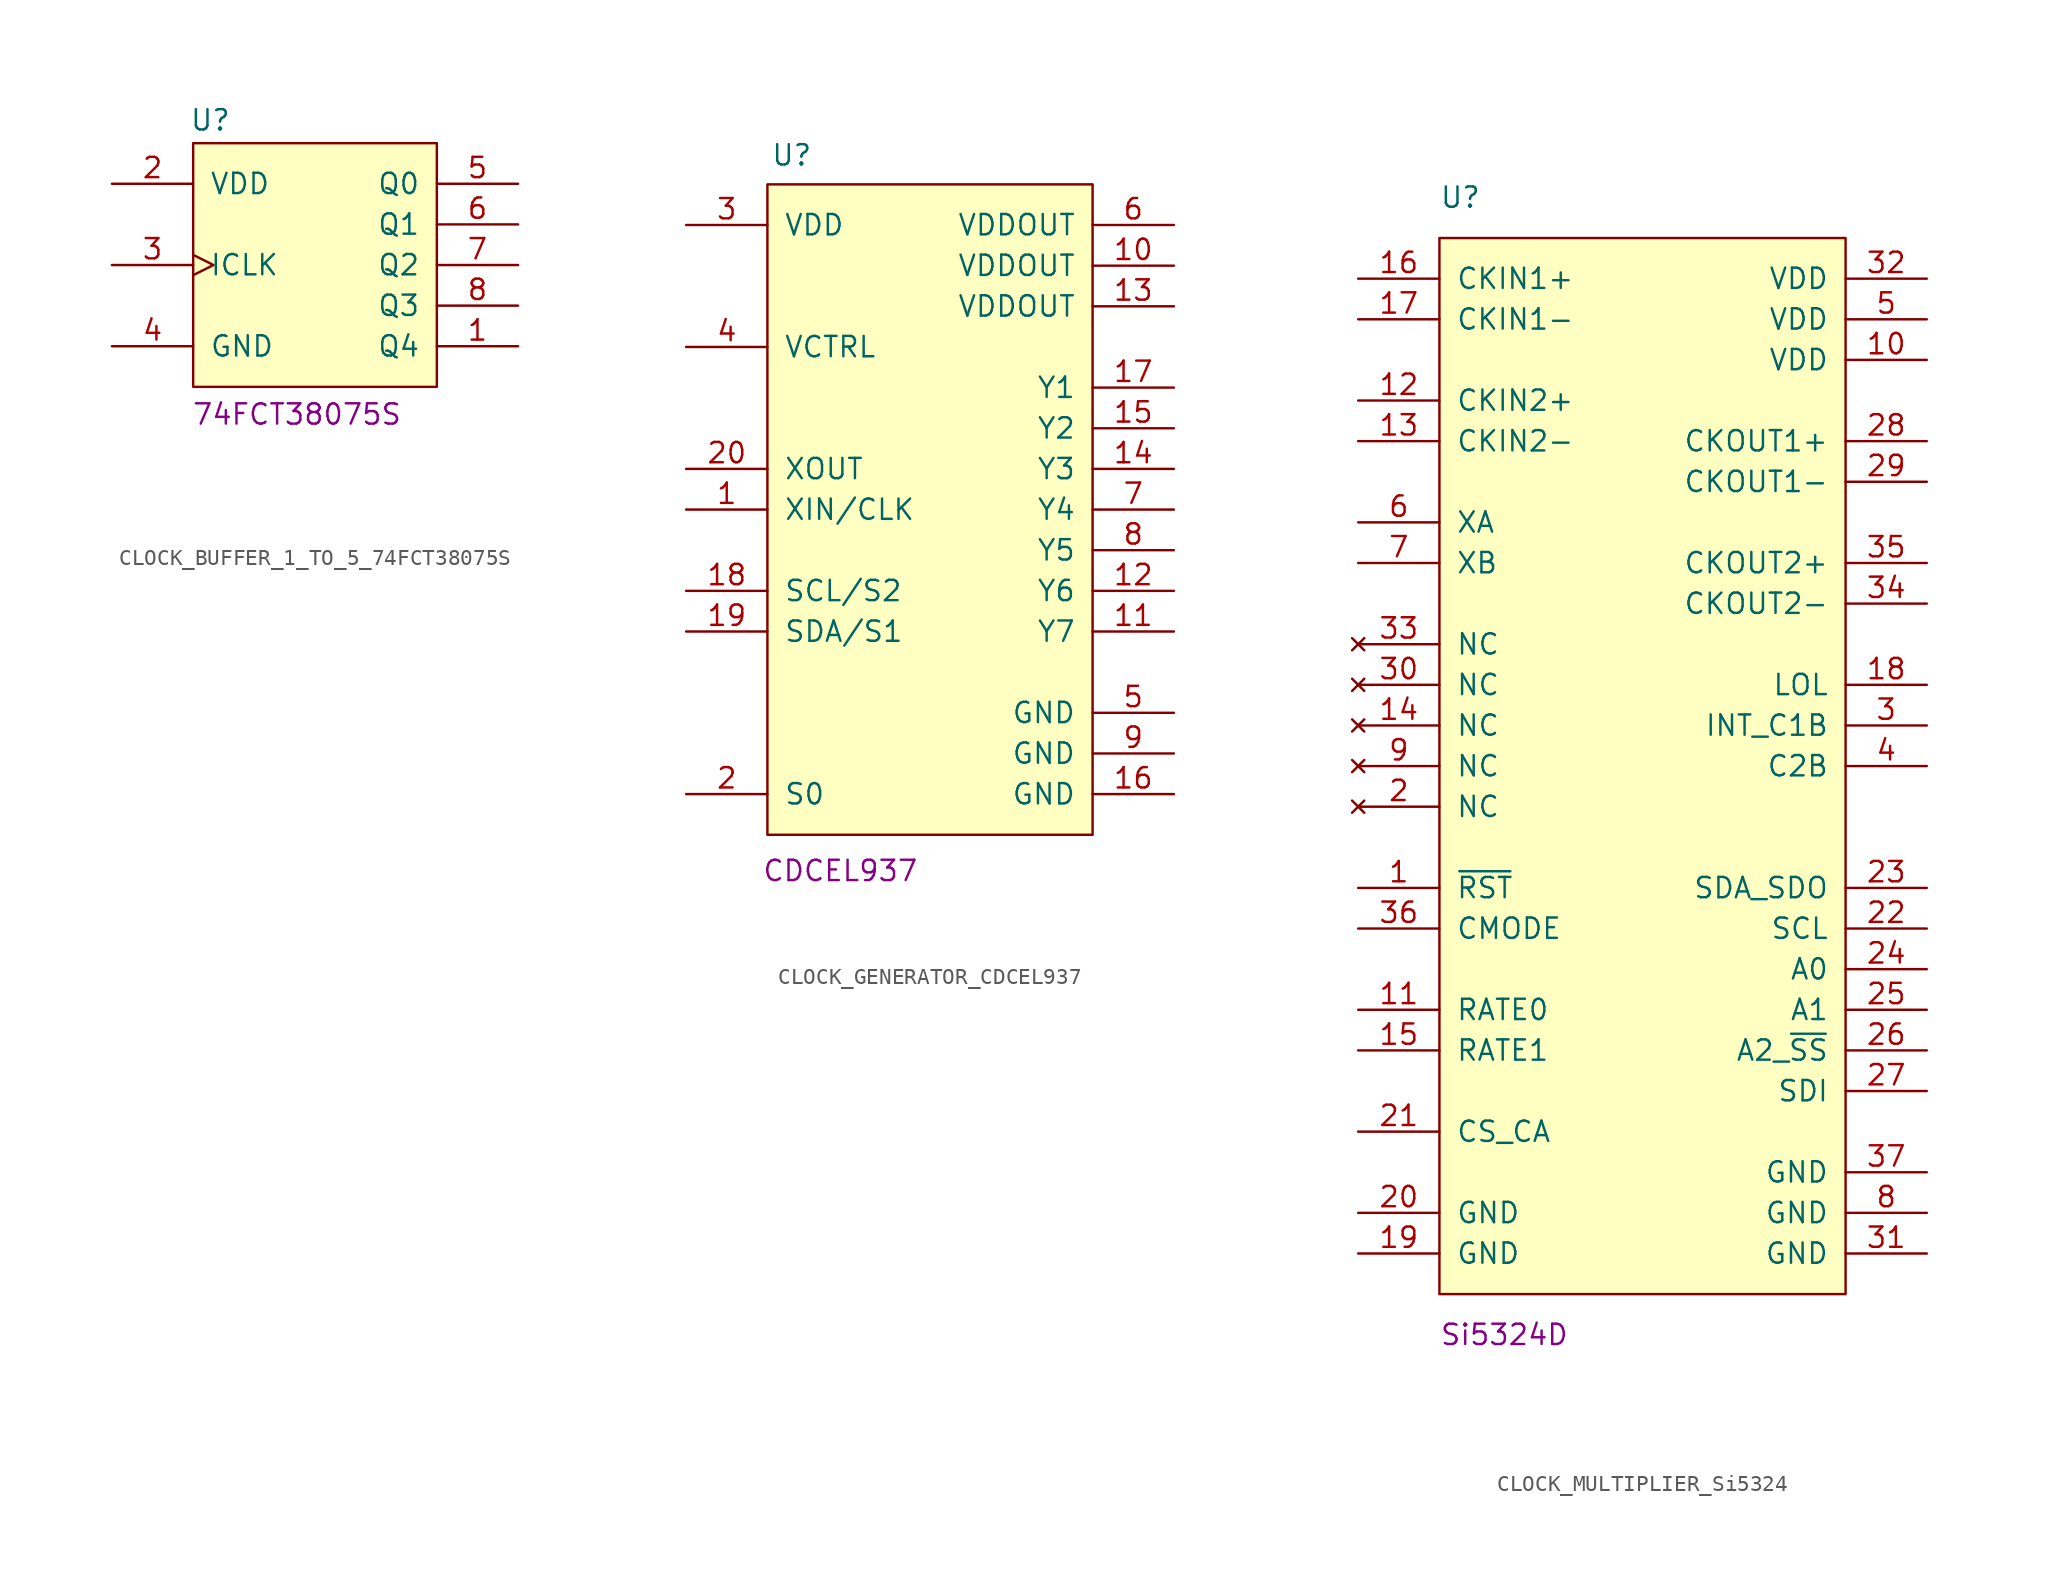
<source format=kicad_sym>
(kicad_symbol_lib
  (version 20211014)
  (generator kicad_symbol_editor)
  (symbol "CLOCK_BUFFER_1_TO_5_74FCT38075S"
    (pin_names
      (offset 1.016))
    (property "Reference" "U"
      (at -7.854 9.058 0)
      (effects (font (size 1.27 1.27)) (justify left)))
    (property "Displayed Value" "74FCT38075S"
      (at -7.732 -9.338 0)
      (effects (font (size 1.27 1.27)) (justify left)))
    (property "Voltage" ""
      (at -0.635 -14.605 0)
      (effects (font (size 1.27 1.27)) (justify left)))
    (symbol "CLOCK_BUFFER_1_TO_5_74FCT38075S_0_1"
      (rectangle (start -7.62 7.62) (end 7.62 -7.62) (stroke (width 0.152) (type default) (color 0 0 0 0)) (fill (type background))))
    (symbol "CLOCK_BUFFER_1_TO_5_74FCT38075S_1_1"
      (pin output line (at 12.7 -5.08 180) (length 5.08) (name "Q4" (effects (font (size 1.27 1.27)))) (number "1" (effects (font (size 1.27 1.27)))))
      (pin power_in line (at -12.7 5.08 0) (length 5.08) (name "VDD" (effects (font (size 1.27 1.27)))) (number "2" (effects (font (size 1.27 1.27)))))
      (pin input clock (at -12.7 0 0) (length 5.08) (name "ICLK" (effects (font (size 1.27 1.27)))) (number "3" (effects (font (size 1.27 1.27)))))
      (pin power_in line (at -12.7 -5.08 0) (length 5.08) (name "GND" (effects (font (size 1.27 1.27)))) (number "4" (effects (font (size 1.27 1.27)))))
      (pin output line (at 12.7 5.08 180) (length 5.08) (name "Q0" (effects (font (size 1.27 1.27)))) (number "5" (effects (font (size 1.27 1.27)))))
      (pin output line (at 12.7 2.54 180) (length 5.08) (name "Q1" (effects (font (size 1.27 1.27)))) (number "6" (effects (font (size 1.27 1.27)))))
      (pin output line (at 12.7 0 180) (length 5.08) (name "Q2" (effects (font (size 1.27 1.27)))) (number "7" (effects (font (size 1.27 1.27)))))
      (pin output line (at 12.7 -2.54 180) (length 5.08) (name "Q3" (effects (font (size 1.27 1.27)))) (number "8" (effects (font (size 1.27 1.27)))))))
  (symbol "CLOCK_GENERATOR_CDCEL937"
    (pin_names
      (offset 1.016))
    (property "Reference" "U"
      (at -9.952 19.603 0)
      (effects (font (size 1.27 1.27)) (justify left)))
    (property "Displayed Value" "CDCEL937"
      (at -10.512 -25.111 0)
      (effects (font (size 1.27 1.27)) (justify left)))
    (property "Voltage" ""
      (at -0.635 -14.605 0)
      (effects (font (size 1.27 1.27)) (justify left)))
    (symbol "CLOCK_GENERATOR_CDCEL937_0_1"
      (rectangle (start -10.16 17.78) (end 10.16 -22.86) (stroke (width 0.152) (type default) (color 0 0 0 0)) (fill (type background))))
    (symbol "CLOCK_GENERATOR_CDCEL937_1_1"
      (pin input line (at -15.24 -2.54 0) (length 5.08) (name "XIN/CLK" (effects (font (size 1.27 1.27)))) (number "1" (effects (font (size 1.27 1.27)))))
      (pin power_in line (at 15.24 12.7 180) (length 5.08) (name "VDDOUT" (effects (font (size 1.27 1.27)))) (number "10" (effects (font (size 1.27 1.27)))))
      (pin output line (at 15.24 -10.16 180) (length 5.08) (name "Y7" (effects (font (size 1.27 1.27)))) (number "11" (effects (font (size 1.27 1.27)))))
      (pin output line (at 15.24 -7.62 180) (length 5.08) (name "Y6" (effects (font (size 1.27 1.27)))) (number "12" (effects (font (size 1.27 1.27)))))
      (pin power_in line (at 15.24 10.16 180) (length 5.08) (name "VDDOUT" (effects (font (size 1.27 1.27)))) (number "13" (effects (font (size 1.27 1.27)))))
      (pin output line (at 15.24 0 180) (length 5.08) (name "Y3" (effects (font (size 1.27 1.27)))) (number "14" (effects (font (size 1.27 1.27)))))
      (pin output line (at 15.24 2.54 180) (length 5.08) (name "Y2" (effects (font (size 1.27 1.27)))) (number "15" (effects (font (size 1.27 1.27)))))
      (pin power_in line (at 15.24 -20.32 180) (length 5.08) (name "GND" (effects (font (size 1.27 1.27)))) (number "16" (effects (font (size 1.27 1.27)))))
      (pin output line (at 15.24 5.08 180) (length 5.08) (name "Y1" (effects (font (size 1.27 1.27)))) (number "17" (effects (font (size 1.27 1.27)))))
      (pin input line (at -15.24 -7.62 0) (length 5.08) (name "SCL/S2" (effects (font (size 1.27 1.27)))) (number "18" (effects (font (size 1.27 1.27)))))
      (pin bidirectional line (at -15.24 -10.16 0) (length 5.08) (name "SDA/S1" (effects (font (size 1.27 1.27)))) (number "19" (effects (font (size 1.27 1.27)))))
      (pin input line (at -15.24 -20.32 0) (length 5.08) (name "S0" (effects (font (size 1.27 1.27)))) (number "2" (effects (font (size 1.27 1.27)))))
      (pin input line (at -15.24 0 0) (length 5.08) (name "XOUT" (effects (font (size 1.27 1.27)))) (number "20" (effects (font (size 1.27 1.27)))))
      (pin power_in line (at -15.24 15.24 0) (length 5.08) (name "VDD" (effects (font (size 1.27 1.27)))) (number "3" (effects (font (size 1.27 1.27)))))
      (pin input line (at -15.24 7.62 0) (length 5.08) (name "VCTRL" (effects (font (size 1.27 1.27)))) (number "4" (effects (font (size 1.27 1.27)))))
      (pin power_in line (at 15.24 -15.24 180) (length 5.08) (name "GND" (effects (font (size 1.27 1.27)))) (number "5" (effects (font (size 1.27 1.27)))))
      (pin power_in line (at 15.24 15.24 180) (length 5.08) (name "VDDOUT" (effects (font (size 1.27 1.27)))) (number "6" (effects (font (size 1.27 1.27)))))
      (pin output line (at 15.24 -2.54 180) (length 5.08) (name "Y4" (effects (font (size 1.27 1.27)))) (number "7" (effects (font (size 1.27 1.27)))))
      (pin output line (at 15.24 -5.08 180) (length 5.08) (name "Y5" (effects (font (size 1.27 1.27)))) (number "8" (effects (font (size 1.27 1.27)))))
      (pin power_in line (at 15.24 -17.78 180) (length 5.08) (name "GND" (effects (font (size 1.27 1.27)))) (number "9" (effects (font (size 1.27 1.27)))))))
  (symbol "CLOCK_MULTIPLIER_Si5324"
    (pin_names
      (offset 1.016))
    (property "Reference" "U"
      (at -12.7 38.1 0)
      (effects (font (size 1.27 1.27)) (justify left)))
    (property "Displayed Value" "Si5324D"
      (at -12.7 -33.02 0)
      (effects (font (size 1.27 1.27)) (justify left)))
    (property "Voltage" ""
      (at -1.905 5.715 0)
      (effects (font (size 1.27 1.27)) (justify left)))
    (symbol "CLOCK_MULTIPLIER_Si5324_0_1"
      (rectangle (start -12.7 35.56) (end 12.7 -30.48) (stroke (width 0.152) (type default) (color 0 0 0 0)) (fill (type background))))
    (symbol "CLOCK_MULTIPLIER_Si5324_1_1"
      (pin input line (at -17.78 -5.08 0) (length 5.08) (name "~{RST}" (effects (font (size 1.27 1.27)))) (number "1" (effects (font (size 1.27 1.27)))))
      (pin power_in line (at 17.78 27.94 180) (length 5.08) (name "VDD" (effects (font (size 1.27 1.27)))) (number "10" (effects (font (size 1.27 1.27)))))
      (pin input line (at -17.78 -12.7 0) (length 5.08) (name "RATE0" (effects (font (size 1.27 1.27)))) (number "11" (effects (font (size 1.27 1.27)))))
      (pin input line (at -17.78 25.4 0) (length 5.08) (name "CKIN2+" (effects (font (size 1.27 1.27)))) (number "12" (effects (font (size 1.27 1.27)))))
      (pin input line (at -17.78 22.86 0) (length 5.08) (name "CKIN2-" (effects (font (size 1.27 1.27)))) (number "13" (effects (font (size 1.27 1.27)))))
      (pin no_connect line (at -17.78 5.08 0) (length 5.08) (name "NC" (effects (font (size 1.27 1.27)))) (number "14" (effects (font (size 1.27 1.27)))))
      (pin input line (at -17.78 -15.24 0) (length 5.08) (name "RATE1" (effects (font (size 1.27 1.27)))) (number "15" (effects (font (size 1.27 1.27)))))
      (pin input line (at -17.78 33.02 0) (length 5.08) (name "CKIN1+" (effects (font (size 1.27 1.27)))) (number "16" (effects (font (size 1.27 1.27)))))
      (pin input line (at -17.78 30.48 0) (length 5.08) (name "CKIN1-" (effects (font (size 1.27 1.27)))) (number "17" (effects (font (size 1.27 1.27)))))
      (pin output line (at 17.78 7.62 180) (length 5.08) (name "LOL" (effects (font (size 1.27 1.27)))) (number "18" (effects (font (size 1.27 1.27)))))
      (pin power_in line (at -17.78 -27.94 0) (length 5.08) (name "GND" (effects (font (size 1.27 1.27)))) (number "19" (effects (font (size 1.27 1.27)))))
      (pin no_connect line (at -17.78 0 0) (length 5.08) (name "NC" (effects (font (size 1.27 1.27)))) (number "2" (effects (font (size 1.27 1.27)))))
      (pin power_in line (at -17.78 -25.4 0) (length 5.08) (name "GND" (effects (font (size 1.27 1.27)))) (number "20" (effects (font (size 1.27 1.27)))))
      (pin bidirectional line (at -17.78 -20.32 0) (length 5.08) (name "CS_CA" (effects (font (size 1.27 1.27)))) (number "21" (effects (font (size 1.27 1.27)))))
      (pin input line (at 17.78 -7.62 180) (length 5.08) (name "SCL" (effects (font (size 1.27 1.27)))) (number "22" (effects (font (size 1.27 1.27)))))
      (pin bidirectional line (at 17.78 -5.08 180) (length 5.08) (name "SDA_SDO" (effects (font (size 1.27 1.27)))) (number "23" (effects (font (size 1.27 1.27)))))
      (pin input line (at 17.78 -10.16 180) (length 5.08) (name "A0" (effects (font (size 1.27 1.27)))) (number "24" (effects (font (size 1.27 1.27)))))
      (pin input line (at 17.78 -12.7 180) (length 5.08) (name "A1" (effects (font (size 1.27 1.27)))) (number "25" (effects (font (size 1.27 1.27)))))
      (pin input line (at 17.78 -15.24 180) (length 5.08) (name "A2_~{SS}" (effects (font (size 1.27 1.27)))) (number "26" (effects (font (size 1.27 1.27)))))
      (pin input line (at 17.78 -17.78 180) (length 5.08) (name "SDI" (effects (font (size 1.27 1.27)))) (number "27" (effects (font (size 1.27 1.27)))))
      (pin output line (at 17.78 22.86 180) (length 5.08) (name "CKOUT1+" (effects (font (size 1.27 1.27)))) (number "28" (effects (font (size 1.27 1.27)))))
      (pin output line (at 17.78 20.32 180) (length 5.08) (name "CKOUT1-" (effects (font (size 1.27 1.27)))) (number "29" (effects (font (size 1.27 1.27)))))
      (pin output line (at 17.78 5.08 180) (length 5.08) (name "INT_C1B" (effects (font (size 1.27 1.27)))) (number "3" (effects (font (size 1.27 1.27)))))
      (pin no_connect line (at -17.78 7.62 0) (length 5.08) (name "NC" (effects (font (size 1.27 1.27)))) (number "30" (effects (font (size 1.27 1.27)))))
      (pin power_in line (at 17.78 -27.94 180) (length 5.08) (name "GND" (effects (font (size 1.27 1.27)))) (number "31" (effects (font (size 1.27 1.27)))))
      (pin power_in line (at 17.78 33.02 180) (length 5.08) (name "VDD" (effects (font (size 1.27 1.27)))) (number "32" (effects (font (size 1.27 1.27)))))
      (pin no_connect line (at -17.78 10.16 0) (length 5.08) (name "NC" (effects (font (size 1.27 1.27)))) (number "33" (effects (font (size 1.27 1.27)))))
      (pin output line (at 17.78 12.7 180) (length 5.08) (name "CKOUT2-" (effects (font (size 1.27 1.27)))) (number "34" (effects (font (size 1.27 1.27)))))
      (pin output line (at 17.78 15.24 180) (length 5.08) (name "CKOUT2+" (effects (font (size 1.27 1.27)))) (number "35" (effects (font (size 1.27 1.27)))))
      (pin input line (at -17.78 -7.62 0) (length 5.08) (name "CMODE" (effects (font (size 1.27 1.27)))) (number "36" (effects (font (size 1.27 1.27)))))
      (pin power_in line (at 17.78 -22.86 180) (length 5.08) (name "GND" (effects (font (size 1.27 1.27)))) (number "37" (effects (font (size 1.27 1.27)))))
      (pin output line (at 17.78 2.54 180) (length 5.08) (name "C2B" (effects (font (size 1.27 1.27)))) (number "4" (effects (font (size 1.27 1.27)))))
      (pin power_in line (at 17.78 30.48 180) (length 5.08) (name "VDD" (effects (font (size 1.27 1.27)))) (number "5" (effects (font (size 1.27 1.27)))))
      (pin input line (at -17.78 17.78 0) (length 5.08) (name "XA" (effects (font (size 1.27 1.27)))) (number "6" (effects (font (size 1.27 1.27)))))
      (pin input line (at -17.78 15.24 0) (length 5.08) (name "XB" (effects (font (size 1.27 1.27)))) (number "7" (effects (font (size 1.27 1.27)))))
      (pin power_in line (at 17.78 -25.4 180) (length 5.08) (name "GND" (effects (font (size 1.27 1.27)))) (number "8" (effects (font (size 1.27 1.27)))))
      (pin no_connect line (at -17.78 2.54 0) (length 5.08) (name "NC" (effects (font (size 1.27 1.27)))) (number "9" (effects (font (size 1.27 1.27))))))))
</source>
